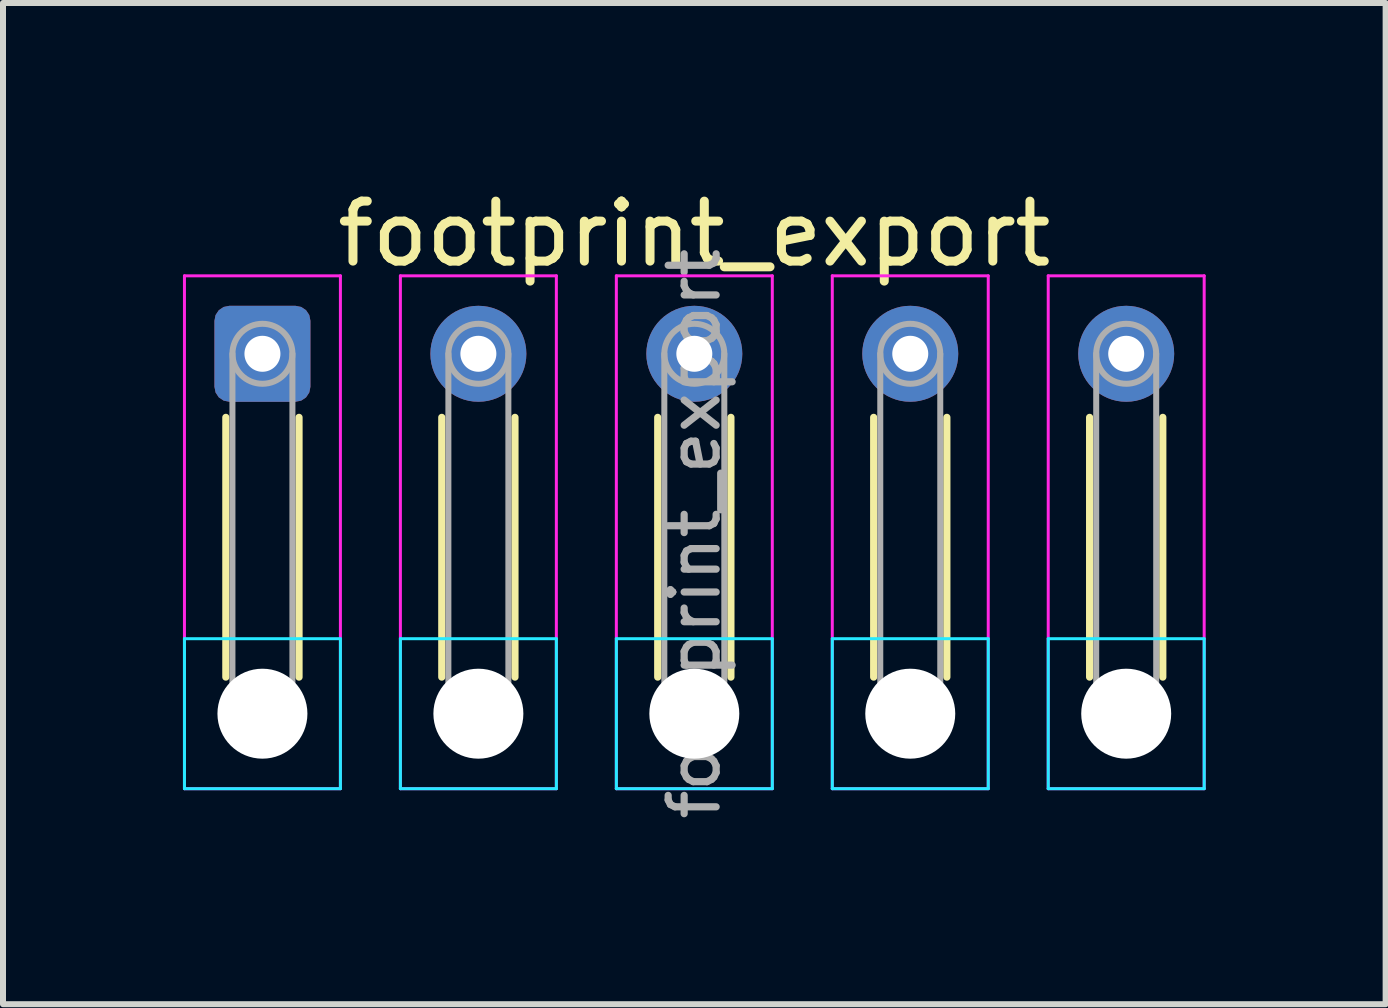
<source format=kicad_pcb>
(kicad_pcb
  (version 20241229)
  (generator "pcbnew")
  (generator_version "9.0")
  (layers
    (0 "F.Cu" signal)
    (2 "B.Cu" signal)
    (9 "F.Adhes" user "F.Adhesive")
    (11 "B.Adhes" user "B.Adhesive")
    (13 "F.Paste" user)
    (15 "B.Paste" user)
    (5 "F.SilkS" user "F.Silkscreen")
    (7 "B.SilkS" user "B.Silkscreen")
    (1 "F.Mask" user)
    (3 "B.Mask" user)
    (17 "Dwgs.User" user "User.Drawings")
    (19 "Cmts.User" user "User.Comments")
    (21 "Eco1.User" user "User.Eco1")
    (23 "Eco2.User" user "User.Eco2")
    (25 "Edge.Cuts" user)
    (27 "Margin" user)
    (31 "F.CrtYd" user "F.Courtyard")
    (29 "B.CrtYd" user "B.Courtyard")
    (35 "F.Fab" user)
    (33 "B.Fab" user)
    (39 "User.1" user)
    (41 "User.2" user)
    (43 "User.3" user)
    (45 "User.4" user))
  (footprint "footprint_export"
    (layer "F.Cu")
    (at 1.325 2.848)
    (property "Reference" "footprint_export" (at 7.2 -2 0) (layer "F.SilkS") (effects (font (size 1 1) (thickness 0.15))))
    (attr exclude_from_pos_files exclude_from_bom)
    (fp_line (start -0.61 1.06) (end -0.61 5.39) (stroke (width 0.12) (type solid)) (layer "F.SilkS"))
    (fp_line (start 0.61 1.06) (end 0.61 5.39) (stroke (width 0.12) (type solid)) (layer "F.SilkS"))
    (fp_line (start 2.99 1.06) (end 2.99 5.39) (stroke (width 0.12) (type solid)) (layer "F.SilkS"))
    (fp_line (start 4.21 1.06) (end 4.21 5.39) (stroke (width 0.12) (type solid)) (layer "F.SilkS"))
    (fp_line (start 6.59 1.06) (end 6.59 5.39) (stroke (width 0.12) (type solid)) (layer "F.SilkS"))
    (fp_line (start 7.81 1.06) (end 7.81 5.39) (stroke (width 0.12) (type solid)) (layer "F.SilkS"))
    (fp_line (start 10.19 1.06) (end 10.19 5.39) (stroke (width 0.12) (type solid)) (layer "F.SilkS"))
    (fp_line (start 11.41 1.06) (end 11.41 5.39) (stroke (width 0.12) (type solid)) (layer "F.SilkS"))
    (fp_line (start 13.79 1.06) (end 13.79 5.39) (stroke (width 0.12) (type solid)) (layer "F.SilkS"))
    (fp_line (start 15.01 1.06) (end 15.01 5.39) (stroke (width 0.12) (type solid)) (layer "F.SilkS"))
    (fp_line (start -1.3 4.75) (end -1.3 7.25) (stroke (width 0.05) (type solid)) (layer "B.CrtYd"))
    (fp_line (start -1.3 7.25) (end 1.3 7.25) (stroke (width 0.05) (type solid)) (layer "B.CrtYd"))
    (fp_line (start 1.3 4.75) (end -1.3 4.75) (stroke (width 0.05) (type solid)) (layer "B.CrtYd"))
    (fp_line (start 1.3 7.25) (end 1.3 4.75) (stroke (width 0.05) (type solid)) (layer "B.CrtYd"))
    (fp_line (start 2.3 4.75) (end 2.3 7.25) (stroke (width 0.05) (type solid)) (layer "B.CrtYd"))
    (fp_line (start 2.3 7.25) (end 4.9 7.25) (stroke (width 0.05) (type solid)) (layer "B.CrtYd"))
    (fp_line (start 4.9 4.75) (end 2.3 4.75) (stroke (width 0.05) (type solid)) (layer "B.CrtYd"))
    (fp_line (start 4.9 7.25) (end 4.9 4.75) (stroke (width 0.05) (type solid)) (layer "B.CrtYd"))
    (fp_line (start 5.9 4.75) (end 5.9 7.25) (stroke (width 0.05) (type solid)) (layer "B.CrtYd"))
    (fp_line (start 5.9 7.25) (end 8.5 7.25) (stroke (width 0.05) (type solid)) (layer "B.CrtYd"))
    (fp_line (start 8.5 4.75) (end 5.9 4.75) (stroke (width 0.05) (type solid)) (layer "B.CrtYd"))
    (fp_line (start 8.5 7.25) (end 8.5 4.75) (stroke (width 0.05) (type solid)) (layer "B.CrtYd"))
    (fp_line (start 9.5 4.75) (end 9.5 7.25) (stroke (width 0.05) (type solid)) (layer "B.CrtYd"))
    (fp_line (start 9.5 7.25) (end 12.1 7.25) (stroke (width 0.05) (type solid)) (layer "B.CrtYd"))
    (fp_line (start 12.1 4.75) (end 9.5 4.75) (stroke (width 0.05) (type solid)) (layer "B.CrtYd"))
    (fp_line (start 12.1 7.25) (end 12.1 4.75) (stroke (width 0.05) (type solid)) (layer "B.CrtYd"))
    (fp_line (start 13.1 4.75) (end 13.1 7.25) (stroke (width 0.05) (type solid)) (layer "B.CrtYd"))
    (fp_line (start 13.1 7.25) (end 15.7 7.25) (stroke (width 0.05) (type solid)) (layer "B.CrtYd"))
    (fp_line (start 15.7 4.75) (end 13.1 4.75) (stroke (width 0.05) (type solid)) (layer "B.CrtYd"))
    (fp_line (start 15.7 7.25) (end 15.7 4.75) (stroke (width 0.05) (type solid)) (layer "B.CrtYd"))
    (fp_line (start -1.3 -1.3) (end -1.3 7.25) (stroke (width 0.05) (type solid)) (layer "F.CrtYd"))
    (fp_line (start -1.3 7.25) (end 1.3 7.25) (stroke (width 0.05) (type solid)) (layer "F.CrtYd"))
    (fp_line (start 1.3 -1.3) (end -1.3 -1.3) (stroke (width 0.05) (type solid)) (layer "F.CrtYd"))
    (fp_line (start 1.3 7.25) (end 1.3 -1.3) (stroke (width 0.05) (type solid)) (layer "F.CrtYd"))
    (fp_line (start 2.3 -1.3) (end 2.3 7.25) (stroke (width 0.05) (type solid)) (layer "F.CrtYd"))
    (fp_line (start 2.3 7.25) (end 4.9 7.25) (stroke (width 0.05) (type solid)) (layer "F.CrtYd"))
    (fp_line (start 4.9 -1.3) (end 2.3 -1.3) (stroke (width 0.05) (type solid)) (layer "F.CrtYd"))
    (fp_line (start 4.9 7.25) (end 4.9 -1.3) (stroke (width 0.05) (type solid)) (layer "F.CrtYd"))
    (fp_line (start 5.9 -1.3) (end 5.9 7.25) (stroke (width 0.05) (type solid)) (layer "F.CrtYd"))
    (fp_line (start 5.9 7.25) (end 8.5 7.25) (stroke (width 0.05) (type solid)) (layer "F.CrtYd"))
    (fp_line (start 8.5 -1.3) (end 5.9 -1.3) (stroke (width 0.05) (type solid)) (layer "F.CrtYd"))
    (fp_line (start 8.5 7.25) (end 8.5 -1.3) (stroke (width 0.05) (type solid)) (layer "F.CrtYd"))
    (fp_line (start 9.5 -1.3) (end 9.5 7.25) (stroke (width 0.05) (type solid)) (layer "F.CrtYd"))
    (fp_line (start 9.5 7.25) (end 12.1 7.25) (stroke (width 0.05) (type solid)) (layer "F.CrtYd"))
    (fp_line (start 12.1 -1.3) (end 9.5 -1.3) (stroke (width 0.05) (type solid)) (layer "F.CrtYd"))
    (fp_line (start 12.1 7.25) (end 12.1 -1.3) (stroke (width 0.05) (type solid)) (layer "F.CrtYd"))
    (fp_line (start 13.1 -1.3) (end 13.1 7.25) (stroke (width 0.05) (type solid)) (layer "F.CrtYd"))
    (fp_line (start 13.1 7.25) (end 15.7 7.25) (stroke (width 0.05) (type solid)) (layer "F.CrtYd"))
    (fp_line (start 15.7 -1.3) (end 13.1 -1.3) (stroke (width 0.05) (type solid)) (layer "F.CrtYd"))
    (fp_line (start 15.7 7.25) (end 15.7 -1.3) (stroke (width 0.05) (type solid)) (layer "F.CrtYd"))
    (fp_line (start -0.5 0) (end -0.5 6) (stroke (width 0.1) (type solid)) (layer "F.Fab"))
    (fp_line (start 0.5 0) (end 0.5 6) (stroke (width 0.1) (type solid)) (layer "F.Fab"))
    (fp_line (start 3.1 0) (end 3.1 6) (stroke (width 0.1) (type solid)) (layer "F.Fab"))
    (fp_line (start 4.1 0) (end 4.1 6) (stroke (width 0.1) (type solid)) (layer "F.Fab"))
    (fp_line (start 6.7 0) (end 6.7 6) (stroke (width 0.1) (type solid)) (layer "F.Fab"))
    (fp_line (start 7.7 0) (end 7.7 6) (stroke (width 0.1) (type solid)) (layer "F.Fab"))
    (fp_line (start 10.3 0) (end 10.3 6) (stroke (width 0.1) (type solid)) (layer "F.Fab"))
    (fp_line (start 11.3 0) (end 11.3 6) (stroke (width 0.1) (type solid)) (layer "F.Fab"))
    (fp_line (start 13.9 0) (end 13.9 6) (stroke (width 0.1) (type solid)) (layer "F.Fab"))
    (fp_line (start 14.9 0) (end 14.9 6) (stroke (width 0.1) (type solid)) (layer "F.Fab"))
    (fp_circle (center 0 0) (end 0.5 0) (stroke (width 0.1) (type solid)) (fill no) (layer "F.Fab"))
    (fp_circle (center 0 6) (end 0.5 6) (stroke (width 0.1) (type solid)) (fill no) (layer "F.Fab"))
    (fp_circle (center 3.6 0) (end 4.1 0) (stroke (width 0.1) (type solid)) (fill no) (layer "F.Fab"))
    (fp_circle (center 3.6 6) (end 4.1 6) (stroke (width 0.1) (type solid)) (fill no) (layer "F.Fab"))
    (fp_circle (center 7.2 0) (end 7.7 0) (stroke (width 0.1) (type solid)) (fill no) (layer "F.Fab"))
    (fp_circle (center 7.2 6) (end 7.7 6) (stroke (width 0.1) (type solid)) (fill no) (layer "F.Fab"))
    (fp_circle (center 10.8 0) (end 11.3 0) (stroke (width 0.1) (type solid)) (fill no) (layer "F.Fab"))
    (fp_circle (center 10.8 6) (end 11.3 6) (stroke (width 0.1) (type solid)) (fill no) (layer "F.Fab"))
    (fp_circle (center 14.4 0) (end 14.9 0) (stroke (width 0.1) (type solid)) (fill no) (layer "F.Fab"))
    (fp_circle (center 14.4 6) (end 14.9 6) (stroke (width 0.1) (type solid)) (fill no) (layer "F.Fab"))
    (fp_text user "${REFERENCE}" (at 7.2 3 90) (layer "F.Fab") (effects (font (size 0.8 0.8) (thickness 0.12))))
    (pad "" np_thru_hole circle (at 0 6) (size 1.5 1.5) (drill 1.5) (layers "*.Cu" "*.Mask"))
    (pad "" np_thru_hole circle (at 3.6 6) (size 1.5 1.5) (drill 1.5) (layers "*.Cu" "*.Mask"))
    (pad "" np_thru_hole circle (at 7.2 6) (size 1.5 1.5) (drill 1.5) (layers "*.Cu" "*.Mask"))
    (pad "" np_thru_hole circle (at 10.8 6) (size 1.5 1.5) (drill 1.5) (layers "*.Cu" "*.Mask"))
    (pad "" np_thru_hole circle (at 14.4 6) (size 1.5 1.5) (drill 1.5) (layers "*.Cu" "*.Mask"))
    (pad "1" thru_hole roundrect (at 0 0) (size 1.6 1.6) (drill 0.6) (layers "*.Cu" "*.Mask") (roundrect_rratio 0.156))
    (pad "2" thru_hole circle (at 3.6 0) (size 1.6 1.6) (drill 0.6) (layers "*.Cu" "*.Mask"))
    (pad "3" thru_hole circle (at 7.2 0) (size 1.6 1.6) (drill 0.6) (layers "*.Cu" "*.Mask"))
    (pad "4" thru_hole circle (at 10.8 0) (size 1.6 1.6) (drill 0.6) (layers "*.Cu" "*.Mask"))
    (pad "5" thru_hole circle (at 14.4 0) (size 1.6 1.6) (drill 0.6) (layers "*.Cu" "*.Mask")))
  (gr_rect
    (start -3 -3)
    (end 20.05 13.691)
    (stroke (width 0.1) (type default))
    (fill no)
    (layer "Edge.Cuts")))
</source>
